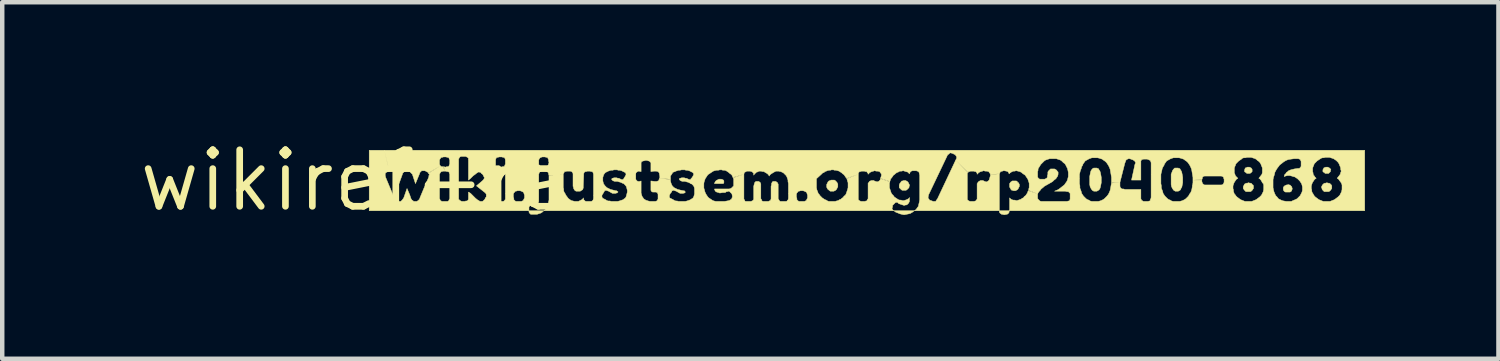
<source format=kicad_pcb>
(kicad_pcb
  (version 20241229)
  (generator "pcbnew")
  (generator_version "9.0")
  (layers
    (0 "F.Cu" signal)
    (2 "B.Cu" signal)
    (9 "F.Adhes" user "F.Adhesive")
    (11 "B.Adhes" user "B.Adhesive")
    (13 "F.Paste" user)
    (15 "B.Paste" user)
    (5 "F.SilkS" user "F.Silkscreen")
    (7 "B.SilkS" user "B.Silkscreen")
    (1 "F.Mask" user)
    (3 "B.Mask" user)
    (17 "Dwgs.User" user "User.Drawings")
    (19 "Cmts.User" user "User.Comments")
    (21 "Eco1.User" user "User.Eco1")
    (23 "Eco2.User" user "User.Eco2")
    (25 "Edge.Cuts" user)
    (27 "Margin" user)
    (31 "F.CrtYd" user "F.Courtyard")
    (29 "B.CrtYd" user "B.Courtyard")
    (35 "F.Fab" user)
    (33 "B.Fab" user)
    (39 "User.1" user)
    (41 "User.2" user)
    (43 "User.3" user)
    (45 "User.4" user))
  (footprint "wikiref-re"
    (layer "F.Cu")
    (at 4.906 1.006)
    (property "Reference" "wikiref-re" (at 0 0 0) (layer "F.SilkS") (effects (font (size 1.27 1.27) (thickness 0.15))))
    (attr board_only exclude_from_pos_files exclude_from_bom)
    (fp_poly (pts (xy 8.26 0.07) (xy 8.28 0.07) (xy 8.29 0.07) (xy 8.3 0.07) (xy 8.3 0.06) (xy 8.31 0.05) (xy 8.31 0.04) (xy 8.31 0.02) (xy 8.31 0.01) (xy 8.3 -0.01) (xy 8.28 -0.02) (xy 8.25 -0.03) (xy 8.22 -0.03) (xy 8.2 -0.03) (xy 8.18 -0.02) (xy 8.16 -0.01) (xy 8.14 0) (xy 8.12 0.02) (xy 8.11 0.04) (xy 8.1 0.06) (xy 8.1 0.07) (xy 8.26 0.07)) (stroke (width 0.01) (type solid)) (fill yes) (layer "F.SilkS"))
    (fp_poly (pts (xy 20.18 -0.25) (xy 20.16 -0.28) (xy 20.14 -0.29) (xy 20.12 -0.3) (xy 20.1 -0.3) (xy 20.07 -0.3) (xy 20.06 -0.29) (xy 20.04 -0.29) (xy 20.03 -0.28) (xy 20.02 -0.27) (xy 20.02 -0.26) (xy 20.01 -0.24) (xy 20.01 -0.23) (xy 20.01 -0.22) (xy 20.01 -0.2) (xy 20.02 -0.19) (xy 20.04 -0.18) (xy 20.05 -0.17) (xy 20.06 -0.16) (xy 20.08 -0.16) (xy 20.1 -0.16) (xy 20.12 -0.16) (xy 20.13 -0.16) (xy 20.15 -0.17) (xy 20.16 -0.18) (xy 20.17 -0.19) (xy 20.18 -0.2) (xy 20.18 -0.22) (xy 20.18 -0.25)) (stroke (width 0.01) (type solid)) (fill yes) (layer "F.SilkS"))
    (fp_poly (pts (xy 21.95 -0.25) (xy 21.92 -0.28) (xy 21.9 -0.29) (xy 21.88 -0.3) (xy 21.87 -0.3) (xy 21.83 -0.3) (xy 21.82 -0.29) (xy 21.8 -0.29) (xy 21.79 -0.28) (xy 21.79 -0.27) (xy 21.78 -0.26) (xy 21.77 -0.24) (xy 21.77 -0.23) (xy 21.77 -0.22) (xy 21.77 -0.2) (xy 21.78 -0.19) (xy 21.8 -0.18) (xy 21.81 -0.17) (xy 21.82 -0.16) (xy 21.84 -0.16) (xy 21.86 -0.16) (xy 21.88 -0.16) (xy 21.9 -0.16) (xy 21.91 -0.17) (xy 21.92 -0.18) (xy 21.93 -0.19) (xy 21.94 -0.2) (xy 21.94 -0.22) (xy 21.95 -0.25)) (stroke (width 0.01) (type solid)) (fill yes) (layer "F.SilkS"))
    (fp_poly (pts (xy 20.04 0.25) (xy 20.11 0.25) (xy 20.14 0.25) (xy 20.16 0.24) (xy 20.17 0.23) (xy 20.18 0.22) (xy 20.19 0.21) (xy 20.2 0.19) (xy 20.21 0.18) (xy 20.21 0.16) (xy 20.21 0.14) (xy 20.21 0.12) (xy 20.2 0.1) (xy 20.18 0.09) (xy 20.17 0.07) (xy 20.15 0.06) (xy 20.13 0.06) (xy 20.1 0.05) (xy 20.07 0.06) (xy 20.05 0.06) (xy 20.03 0.07) (xy 20.01 0.08) (xy 20 0.1) (xy 19.99 0.12) (xy 19.98 0.14) (xy 19.98 0.16) (xy 19.98 0.18) (xy 19.99 0.19) (xy 20 0.21) (xy 20.04 0.25)) (stroke (width 0.01) (type solid)) (fill yes) (layer "F.SilkS"))
    (fp_poly (pts (xy 21.8 0.25) (xy 21.87 0.25) (xy 21.9 0.25) (xy 21.92 0.24) (xy 21.93 0.23) (xy 21.94 0.22) (xy 21.95 0.21) (xy 21.96 0.19) (xy 21.97 0.18) (xy 21.97 0.16) (xy 21.97 0.14) (xy 21.97 0.12) (xy 21.96 0.1) (xy 21.95 0.09) (xy 21.93 0.07) (xy 21.91 0.06) (xy 21.89 0.06) (xy 21.86 0.05) (xy 21.83 0.06) (xy 21.81 0.06) (xy 21.79 0.07) (xy 21.78 0.08) (xy 21.76 0.1) (xy 21.75 0.12) (xy 21.74 0.14) (xy 21.74 0.16) (xy 21.75 0.18) (xy 21.75 0.19) (xy 21.76 0.21) (xy 21.8 0.25)) (stroke (width 0.01) (type solid)) (fill yes) (layer "F.SilkS"))
    (fp_poly (pts (xy 10.7 0.24) (xy 10.76 0.24) (xy 10.78 0.24) (xy 10.8 0.23) (xy 10.82 0.22) (xy 10.84 0.2) (xy 10.85 0.18) (xy 10.86 0.16) (xy 10.87 0.14) (xy 10.87 0.11) (xy 10.87 0.08) (xy 10.86 0.06) (xy 10.85 0.04) (xy 10.83 0.02) (xy 10.81 0) (xy 10.79 -0.01) (xy 10.77 -0.01) (xy 10.74 -0.01) (xy 10.72 -0.01) (xy 10.7 0) (xy 10.67 0.01) (xy 10.65 0.03) (xy 10.64 0.05) (xy 10.63 0.07) (xy 10.62 0.09) (xy 10.62 0.12) (xy 10.62 0.15) (xy 10.63 0.17) (xy 10.64 0.19) (xy 10.65 0.2) (xy 10.7 0.24)) (stroke (width 0.01) (type solid)) (fill yes) (layer "F.SilkS"))
    (fp_poly (pts (xy 12.25 0.16) (xy 12.29 0.2) (xy 12.3 0.21) (xy 12.32 0.22) (xy 12.34 0.22) (xy 12.36 0.22) (xy 12.38 0.22) (xy 12.4 0.22) (xy 12.42 0.21) (xy 12.44 0.19) (xy 12.45 0.18) (xy 12.47 0.16) (xy 12.47 0.14) (xy 12.48 0.12) (xy 12.48 0.1) (xy 12.47 0.08) (xy 12.46 0.06) (xy 12.45 0.04) (xy 12.43 0.02) (xy 12.41 0.01) (xy 12.39 0) (xy 12.37 0) (xy 12.35 0) (xy 12.33 0.01) (xy 12.31 0.01) (xy 12.29 0.03) (xy 12.28 0.05) (xy 12.26 0.07) (xy 12.26 0.08) (xy 12.25 0.1) (xy 12.25 0.16)) (stroke (width 0.01) (type solid)) (fill yes) (layer "F.SilkS"))
    (fp_poly (pts (xy 14.73 0.07) (xy 14.73 0.13) (xy 14.73 0.15) (xy 14.74 0.16) (xy 14.75 0.18) (xy 14.76 0.2) (xy 14.78 0.22) (xy 14.8 0.22) (xy 14.82 0.23) (xy 14.84 0.23) (xy 14.86 0.23) (xy 14.88 0.22) (xy 14.9 0.21) (xy 14.92 0.19) (xy 14.93 0.17) (xy 14.94 0.15) (xy 14.95 0.13) (xy 14.95 0.11) (xy 14.95 0.09) (xy 14.94 0.07) (xy 14.93 0.05) (xy 14.91 0.04) (xy 14.9 0.02) (xy 14.88 0.01) (xy 14.86 0.01) (xy 14.84 0.01) (xy 14.81 0.01) (xy 14.79 0.01) (xy 14.78 0.02) (xy 14.76 0.03) (xy 14.73 0.07)) (stroke (width 0.01) (type solid)) (fill yes) (layer "F.SilkS"))
    (fp_poly (pts (xy 20.98 0.26) (xy 21 0.26) (xy 21.02 0.26) (xy 21.03 0.26) (xy 21.05 0.25) (xy 21.06 0.24) (xy 21.07 0.23) (xy 21.07 0.21) (xy 21.08 0.2) (xy 21.08 0.18) (xy 21.08 0.17) (xy 21.07 0.15) (xy 21.07 0.14) (xy 21.05 0.12) (xy 21.04 0.11) (xy 21.03 0.1) (xy 21.01 0.1) (xy 20.99 0.09) (xy 20.97 0.1) (xy 20.95 0.1) (xy 20.93 0.11) (xy 20.91 0.12) (xy 20.9 0.13) (xy 20.89 0.14) (xy 20.88 0.16) (xy 20.88 0.18) (xy 20.88 0.2) (xy 20.89 0.23) (xy 20.9 0.24) (xy 20.91 0.25) (xy 20.93 0.26) (xy 20.95 0.26) (xy 20.98 0.26)) (stroke (width 0.01) (type solid)) (fill yes) (layer "F.SilkS"))
    (fp_poly (pts (xy 16.66 0.24) (xy 16.69 0.24) (xy 16.71 0.23) (xy 16.74 0.21) (xy 16.76 0.18) (xy 16.77 0.15) (xy 16.78 0.1) (xy 16.79 0.05) (xy 16.79 -0.01) (xy 16.79 -0.07) (xy 16.78 -0.13) (xy 16.77 -0.18) (xy 16.76 -0.21) (xy 16.74 -0.24) (xy 16.73 -0.26) (xy 16.72 -0.27) (xy 16.71 -0.27) (xy 16.69 -0.28) (xy 16.68 -0.28) (xy 16.66 -0.28) (xy 16.63 -0.28) (xy 16.62 -0.28) (xy 16.6 -0.27) (xy 16.58 -0.25) (xy 16.56 -0.22) (xy 16.55 -0.19) (xy 16.54 -0.14) (xy 16.53 -0.09) (xy 16.53 -0.03) (xy 16.53 0.03) (xy 16.53 0.09) (xy 16.54 0.14) (xy 16.56 0.18) (xy 16.58 0.21) (xy 16.59 0.22) (xy 16.6 0.23) (xy 16.61 0.23) (xy 16.62 0.24) (xy 16.64 0.24) (xy 16.66 0.24)) (stroke (width 0.01) (type solid)) (fill yes) (layer "F.SilkS"))
    (fp_poly (pts (xy 18.48 0.24) (xy 18.52 0.24) (xy 18.54 0.23) (xy 18.57 0.21) (xy 18.58 0.18) (xy 18.6 0.15) (xy 18.61 0.1) (xy 18.62 0.05) (xy 18.62 -0.01) (xy 18.62 -0.07) (xy 18.61 -0.13) (xy 18.6 -0.18) (xy 18.59 -0.21) (xy 18.57 -0.24) (xy 18.56 -0.26) (xy 18.55 -0.27) (xy 18.53 -0.27) (xy 18.52 -0.28) (xy 18.51 -0.28) (xy 18.49 -0.28) (xy 18.46 -0.28) (xy 18.44 -0.28) (xy 18.43 -0.27) (xy 18.41 -0.25) (xy 18.39 -0.22) (xy 18.38 -0.19) (xy 18.36 -0.14) (xy 18.36 -0.09) (xy 18.36 -0.03) (xy 18.36 0.03) (xy 18.36 0.09) (xy 18.37 0.14) (xy 18.39 0.18) (xy 18.41 0.21) (xy 18.42 0.22) (xy 18.43 0.23) (xy 18.44 0.23) (xy 18.45 0.24) (xy 18.47 0.24) (xy 18.48 0.24)) (stroke (width 0.01) (type solid)) (fill yes) (layer "F.SilkS"))
    (fp_poly (pts (xy 0.68 -0.68) (xy 0.34 -0.68) (xy 0.34 0.68) (xy 22.71 0.68) (xy 22.71 -0.68) (xy 0.68 -0.68) (xy 0.79 -0.22) (xy 0.81 -0.22) (xy 0.84 -0.22) (xy 0.86 -0.22) (xy 0.87 -0.22) (xy 0.89 -0.21) (xy 0.9 -0.19) (xy 0.91 -0.17) (xy 1.01 0.07) (xy 1.09 -0.15) (xy 1.09 -0.16) (xy 1.1 -0.17) (xy 1.11 -0.18) (xy 1.13 -0.2) (xy 1.15 -0.21) (xy 1.16 -0.21) (xy 1.18 -0.22) (xy 1.2 -0.22) (xy 1.21 -0.21) (xy 1.23 -0.21) (xy 1.25 -0.2) (xy 1.27 -0.18) (xy 1.29 -0.16) (xy 1.31 -0.14) (xy 1.36 0.01) (xy 1.38 0.07) (xy 1.47 -0.15) (xy 1.48 -0.18) (xy 1.49 -0.19) (xy 1.5 -0.2) (xy 1.51 -0.21) (xy 1.52 -0.22) (xy 1.54 -0.22) (xy 1.55 -0.22) (xy 1.57 -0.22) (xy 1.59 -0.22) (xy 1.61 -0.21) (xy 1.63 -0.2) (xy 1.65 -0.19) (xy 1.66 -0.18) (xy 1.67 -0.17) (xy 1.94 -0.33) (xy 1.93 -0.34) (xy 1.92 -0.37) (xy 1.92 -0.46) (xy 1.93 -0.48) (xy 1.95 -0.51) (xy 1.96 -0.52) (xy 1.98 -0.52) (xy 2.01 -0.53) (xy 2.04 -0.53) (xy 2.07 -0.53) (xy 2.09 -0.52) (xy 2.11 -0.52) (xy 2.13 -0.51) (xy 2.14 -0.48) (xy 2.15 -0.46) (xy 2.15 -0.37) (xy 2.14 -0.35) (xy 2.13 -0.32) (xy 2.1 -0.31) (xy 2.08 -0.31) (xy 2.05 -0.3) (xy 2.02 -0.31) (xy 2.03 -0.21) (xy 2.06 -0.21) (xy 2.09 -0.2) (xy 2.11 -0.2) (xy 2.13 -0.19) (xy 2.14 -0.18) (xy 2.14 -0.16) (xy 2.15 -0.15) (xy 2.15 -0.13) (xy 2.15 0.41) (xy 2.35 0.4) (xy 2.35 -0.47) (xy 2.35 -0.49) (xy 2.36 -0.5) (xy 2.37 -0.52) (xy 2.38 -0.53) (xy 2.4 -0.54) (xy 2.43 -0.54) (xy 2.47 -0.54) (xy 2.51 -0.54) (xy 2.53 -0.53) (xy 2.55 -0.52) (xy 2.56 -0.51) (xy 2.57 -0.5) (xy 2.57 -0.48) (xy 2.57 -0.46) (xy 2.57 -0.01) (xy 2.61 -0.04) (xy 2.68 -0.11) (xy 2.71 -0.13) (xy 2.76 -0.17) (xy 2.78 -0.18) (xy 2.79 -0.19) (xy 2.81 -0.19) (xy 2.82 -0.19) (xy 2.83 -0.18) (xy 2.85 -0.18) (xy 2.86 -0.16) (xy 2.88 -0.15) (xy 2.9 -0.12) (xy 3.2 -0.33) (xy 3.18 -0.34) (xy 3.18 -0.37) (xy 3.18 -0.46) (xy 3.18 -0.48) (xy 3.2 -0.51) (xy 3.21 -0.52) (xy 3.23 -0.52) (xy 3.26 -0.53) (xy 3.29 -0.53) (xy 3.32 -0.53) (xy 3.35 -0.52) (xy 3.37 -0.52) (xy 3.38 -0.51) (xy 3.4 -0.48) (xy 3.4 -0.46) (xy 3.4 -0.37) (xy 3.39 -0.35) (xy 3.38 -0.32) (xy 3.35 -0.31) (xy 3.33 -0.31) (xy 3.3 -0.3) (xy 3.27 -0.31) (xy 3.28 -0.21) (xy 3.32 -0.21) (xy 3.34 -0.2) (xy 3.36 -0.2) (xy 3.38 -0.19) (xy 3.39 -0.18) (xy 3.4 -0.16) (xy 3.4 -0.15) (xy 3.4 -0.13) (xy 3.4 0.41) (xy 3.59 0.4) (xy 3.58 0.37) (xy 3.58 0.31) (xy 3.58 0.3) (xy 3.59 0.28) (xy 3.6 0.27) (xy 3.61 0.26) (xy 3.62 0.24) (xy 3.64 0.24) (xy 3.67 0.23) (xy 3.7 0.23) (xy 3.73 0.23) (xy 3.76 0.24) (xy 3.78 0.25) (xy 3.8 0.26) (xy 3.81 0.27) (xy 3.82 0.3) (xy 3.83 0.33) (xy 3.83 0.36) (xy 3.83 0.39) (xy 3.82 0.41) (xy 3.81 0.43) (xy 3.8 0.45) (xy 3.95 0.57) (xy 3.96 0.56) (xy 3.97 0.55) (xy 3.98 0.55) (xy 4.01 0.54) (xy 4.04 0.54) (xy 4.06 0.54) (xy 4.09 0.53) (xy 4.1 0.52) (xy 4.12 0.51) (xy 4.13 0.5) (xy 4.14 0.49) (xy 4.15 0.47) (xy 4.15 0.43) (xy 4.15 -0.11) (xy 4.15 -0.14) (xy 4.16 -0.17) (xy 4.17 -0.19) (xy 4.19 -0.2) (xy 4.22 -0.22) (xy 4.29 -0.22) (xy 4.3 -0.3) (xy 4.24 -0.31) (xy 4.21 -0.31) (xy 4.19 -0.32) (xy 4.18 -0.32) (xy 4.17 -0.33) (xy 4.16 -0.35) (xy 4.15 -0.36) (xy 4.15 -0.37) (xy 4.15 -0.47) (xy 4.16 -0.48) (xy 4.17 -0.5) (xy 4.18 -0.51) (xy 4.2 -0.52) (xy 4.23 -0.53) (xy 4.26 -0.53) (xy 4.29 -0.53) (xy 4.32 -0.52) (xy 4.34 -0.52) (xy 4.35 -0.51) (xy 4.36 -0.49) (xy 4.37 -0.47) (xy 4.37 -0.45) (xy 4.38 -0.4) (xy 4.37 -0.37) (xy 4.36 -0.34) (xy 4.35 -0.32) (xy 4.33 -0.31) (xy 4.3 -0.3) (xy 4.29 -0.22) (xy 4.31 -0.21) (xy 4.33 -0.21) (xy 4.34 -0.2) (xy 4.36 -0.18) (xy 4.37 -0.16) (xy 4.37 -0.15) (xy 4.38 -0.11) (xy 4.7 -0.14) (xy 4.7 -0.15) (xy 4.71 -0.16) (xy 4.72 -0.18) (xy 4.73 -0.2) (xy 4.75 -0.2) (xy 4.78 -0.21) (xy 4.83 -0.21) (xy 4.86 -0.21) (xy 4.89 -0.2) (xy 4.9 -0.19) (xy 4.91 -0.18) (xy 4.91 -0.17) (xy 4.92 -0.16) (xy 4.92 -0.13) (xy 4.92 0.13) (xy 4.93 0.15) (xy 4.93 0.17) (xy 4.94 0.19) (xy 4.95 0.21) (xy 4.96 0.22) (xy 4.97 0.23) (xy 4.99 0.24) (xy 5.01 0.24) (xy 5.03 0.24) (xy 5.05 0.24) (xy 5.07 0.24) (xy 5.08 0.24) (xy 5.1 0.23) (xy 5.11 0.22) (xy 5.13 0.21) (xy 5.14 0.2) (xy 5.14 0.19) (xy 5.15 0.17) (xy 5.15 0.15) (xy 5.15 0.13) (xy 5.16 -0.12) (xy 5.16 -0.15) (xy 5.17 -0.18) (xy 5.18 -0.19) (xy 5.2 -0.2) (xy 5.22 -0.2) (xy 5.24 -0.21) (xy 5.27 -0.21) (xy 5.3 -0.21) (xy 5.33 -0.2) (xy 5.35 -0.2) (xy 5.36 -0.19) (xy 5.37 -0.18) (xy 5.38 -0.14) (xy 5.38 -0.11) (xy 5.38 0.37) (xy 5.57 0.35) (xy 5.57 0.33) (xy 5.59 0.3) (xy 5.62 0.25) (xy 5.63 0.23) (xy 5.64 0.23) (xy 5.65 0.22) (xy 5.66 0.22) (xy 5.69 0.23) (xy 5.72 0.24) (xy 5.79 0.28) (xy 5.81 0.29) (xy 5.83 0.29) (xy 5.87 0.29) (xy 5.9 0.28) (xy 5.91 0.28) (xy 5.92 0.27) (xy 5.93 0.26) (xy 5.93 0.25) (xy 5.92 0.25) (xy 5.91 0.24) (xy 5.9 0.23) (xy 5.88 0.23) (xy 5.84 0.22) (xy 5.8 0.21) (xy 5.76 0.2) (xy 5.72 0.18) (xy 5.68 0.16) (xy 5.66 0.14) (xy 5.64 0.12) (xy 5.61 0.08) (xy 5.6 0.05) (xy 5.59 0.01) (xy 5.59 -0.03) (xy 5.59 -0.07) (xy 5.6 -0.1) (xy 5.61 -0.13) (xy 5.63 -0.16) (xy 5.65 -0.18) (xy 5.67 -0.19) (xy 5.69 -0.2) (xy 5.71 -0.21) (xy 5.74 -0.22) (xy 5.77 -0.23) (xy 5.81 -0.23) (xy 5.84 -0.24) (xy 5.91 -0.24) (xy 5.94 -0.23) (xy 5.97 -0.23) (xy 6.01 -0.22) (xy 6.05 -0.2) (xy 6.07 -0.19) (xy 6.09 -0.18) (xy 6.1 -0.17) (xy 6.11 -0.15) (xy 6.11 -0.13) (xy 6.33 -0.14) (xy 6.33 -0.16) (xy 6.34 -0.18) (xy 6.37 -0.2) (xy 6.39 -0.21) (xy 6.4 -0.21) (xy 6.45 -0.2) (xy 6.45 -0.38) (xy 6.45 -0.4) (xy 6.46 -0.42) (xy 6.47 -0.43) (xy 6.48 -0.43) (xy 6.49 -0.44) (xy 6.51 -0.44) (xy 6.54 -0.45) (xy 6.57 -0.45) (xy 6.59 -0.45) (xy 6.61 -0.44) (xy 6.63 -0.44) (xy 6.64 -0.43) (xy 6.65 -0.42) (xy 6.66 -0.41) (xy 6.67 -0.4) (xy 6.67 -0.38) (xy 6.67 -0.34) (xy 6.67 -0.2) (xy 6.74 -0.21) (xy 6.79 -0.21) (xy 6.83 -0.2) (xy 6.84 -0.19) (xy 6.85 -0.18) (xy 6.86 -0.16) (xy 6.86 -0.15) (xy 6.87 -0.1) (xy 6.87 -0.05) (xy 7.11 -0.03) (xy 7.11 -0.07) (xy 7.11 -0.1) (xy 7.13 -0.13) (xy 7.15 -0.16) (xy 7.16 -0.18) (xy 7.18 -0.19) (xy 7.21 -0.2) (xy 7.23 -0.21) (xy 7.26 -0.22) (xy 7.29 -0.23) (xy 7.32 -0.23) (xy 7.36 -0.24) (xy 7.43 -0.24) (xy 7.46 -0.23) (xy 7.49 -0.23) (xy 7.53 -0.22) (xy 7.57 -0.2) (xy 7.59 -0.19) (xy 7.61 -0.18) (xy 7.62 -0.17) (xy 7.63 -0.15) (xy 7.63 -0.13) (xy 7.62 -0.11) (xy 7.61 -0.09) (xy 7.59 -0.06) (xy 7.57 -0.04) (xy 7.56 -0.02) (xy 7.54 -0.02) (xy 7.53 -0.02) (xy 7.51 -0.03) (xy 7.47 -0.05) (xy 7.45 -0.05) (xy 7.42 -0.06) (xy 7.39 -0.06) (xy 7.36 -0.06) (xy 7.33 -0.05) (xy 7.32 -0.05) (xy 7.31 -0.04) (xy 7.31 -0.03) (xy 7.31 -0.02) (xy 7.32 -0.01) (xy 7.33 0) (xy 7.35 0.01) (xy 7.38 0.02) (xy 7.44 0.02) (xy 7.47 0.03) (xy 7.51 0.04) (xy 7.55 0.06) (xy 7.57 0.07) (xy 7.59 0.08) (xy 7.61 0.1) (xy 7.62 0.11) (xy 7.64 0.14) (xy 7.65 0.18) (xy 7.65 0.22) (xy 7.86 0.17) (xy 7.86 0.13) (xy 7.86 0.09) (xy 7.86 0.06) (xy 7.87 0.02) (xy 7.88 -0.01) (xy 7.89 -0.04) (xy 7.91 -0.07) (xy 7.93 -0.1) (xy 7.95 -0.13) (xy 7.98 -0.15) (xy 8.01 -0.17) (xy 8.04 -0.19) (xy 8.07 -0.21) (xy 8.1 -0.22) (xy 8.14 -0.23) (xy 8.18 -0.23) (xy 8.22 -0.24) (xy 8.26 -0.24) (xy 8.29 -0.23) (xy 8.33 -0.23) (xy 8.36 -0.22) (xy 8.39 -0.2) (xy 8.42 -0.18) (xy 8.44 -0.16) (xy 8.47 -0.14) (xy 8.49 -0.12) (xy 8.5 -0.1) (xy 8.51 -0.07) (xy 8.76 -0.14) (xy 8.76 -0.15) (xy 8.77 -0.17) (xy 8.78 -0.19) (xy 8.79 -0.19) (xy 8.81 -0.2) (xy 8.82 -0.21) (xy 8.85 -0.21) (xy 8.88 -0.21) (xy 8.91 -0.21) (xy 8.92 -0.2) (xy 8.94 -0.2) (xy 8.95 -0.19) (xy 8.96 -0.18) (xy 8.97 -0.17) (xy 8.98 -0.16) (xy 8.98 -0.14) (xy 8.98 -0.12) (xy 9.01 -0.16) (xy 9.03 -0.17) (xy 9.04 -0.19) (xy 9.06 -0.19) (xy 9.08 -0.2) (xy 9.1 -0.21) (xy 9.11 -0.21) (xy 9.15 -0.21) (xy 9.18 -0.2) (xy 9.21 -0.2) (xy 9.24 -0.18) (xy 9.26 -0.17) (xy 9.29 -0.15) (xy 9.31 -0.13) (xy 9.33 -0.1) (xy 9.34 -0.12) (xy 9.36 -0.14) (xy 9.39 -0.16) (xy 9.44 -0.19) (xy 9.46 -0.2) (xy 9.48 -0.21) (xy 9.5 -0.21) (xy 9.52 -0.21) (xy 9.55 -0.21) (xy 9.57 -0.2) (xy 9.59 -0.2) (xy 9.61 -0.19) (xy 9.63 -0.18) (xy 9.65 -0.17) (xy 9.67 -0.15) (xy 9.69 -0.13) (xy 9.71 -0.11) (xy 9.72 -0.09) (xy 9.73 -0.07) (xy 9.74 -0.04) (xy 9.75 -0.01) (xy 9.75 0.02) (xy 9.76 0.07) (xy 9.76 0.11) (xy 9.76 0.37) (xy 9.94 0.37) (xy 9.94 0.31) (xy 9.94 0.3) (xy 9.95 0.28) (xy 9.96 0.27) (xy 9.97 0.26) (xy 9.98 0.24) (xy 10 0.24) (xy 10.03 0.23) (xy 10.06 0.23) (xy 10.09 0.23) (xy 10.12 0.24) (xy 10.14 0.25) (xy 10.16 0.26) (xy 10.17 0.27) (xy 10.18 0.3) (xy 10.4 0.21) (xy 10.39 0.16) (xy 10.39 0.12) (xy 10.39 -0.04) (xy 10.5 -0.14) (xy 10.53 -0.17) (xy 10.56 -0.18) (xy 10.58 -0.2) (xy 10.61 -0.21) (xy 10.63 -0.22) (xy 10.67 -0.23) (xy 10.7 -0.23) (xy 10.73 -0.24) (xy 10.77 -0.24) (xy 10.8 -0.23) (xy 10.83 -0.23) (xy 10.87 -0.22) (xy 10.9 -0.21) (xy 10.93 -0.19) (xy 10.96 -0.17) (xy 10.98 -0.15) (xy 11.01 -0.13) (xy 11.03 -0.1) (xy 11.05 -0.07) (xy 11.07 -0.05) (xy 11.33 -0.14) (xy 11.33 -0.16) (xy 11.34 -0.18) (xy 11.35 -0.19) (xy 11.36 -0.2) (xy 11.38 -0.2) (xy 11.4 -0.21) (xy 11.45 -0.21) (xy 11.47 -0.21) (xy 11.49 -0.2) (xy 11.52 -0.2) (xy 11.53 -0.18) (xy 11.55 -0.16) (xy 11.55 -0.14) (xy 11.57 -0.16) (xy 11.59 -0.18) (xy 11.63 -0.2) (xy 11.67 -0.21) (xy 11.69 -0.22) (xy 11.74 -0.21) (xy 11.77 -0.21) (xy 11.81 -0.2) (xy 11.83 -0.17) (xy 11.84 -0.16) (xy 11.85 -0.14) (xy 11.85 -0.11) (xy 11.84 -0.08) (xy 11.83 -0.05) (xy 12.04 0.02) (xy 12.05 -0.01) (xy 12.06 -0.04) (xy 12.08 -0.06) (xy 12.1 -0.09) (xy 12.12 -0.12) (xy 12.15 -0.14) (xy 12.17 -0.16) (xy 12.2 -0.18) (xy 12.23 -0.19) (xy 12.26 -0.21) (xy 12.3 -0.21) (xy 12.34 -0.22) (xy 12.37 -0.21) (xy 12.4 -0.2) (xy 12.44 -0.19) (xy 12.46 -0.17) (xy 12.48 -0.15) (xy 12.49 -0.18) (xy 12.51 -0.2) (xy 12.52 -0.21) (xy 12.55 -0.22) (xy 12.57 -0.22) (xy 12.59 -0.22) (xy 12.62 -0.22) (xy 12.64 -0.22) (xy 12.65 -0.21) (xy 12.67 -0.21) (xy 12.68 -0.2) (xy 12.69 -0.19) (xy 12.7 -0.17) (xy 12.7 -0.16) (xy 12.71 -0.12) (xy 12.71 0.43) (xy 12.9 0.39) (xy 12.9 0.37) (xy 12.91 0.32) (xy 13.33 -0.56) (xy 13.34 -0.58) (xy 13.36 -0.59) (xy 13.37 -0.6) (xy 13.38 -0.61) (xy 13.39 -0.62) (xy 13.41 -0.62) (xy 13.44 -0.61) (xy 13.47 -0.6) (xy 13.48 -0.59) (xy 13.51 -0.58) (xy 13.52 -0.56) (xy 13.53 -0.55) (xy 13.54 -0.53) (xy 13.54 -0.52) (xy 13.54 -0.5) (xy 13.52 -0.46) (xy 13.8 -0.18) (xy 13.8 -0.19) (xy 13.81 -0.2) (xy 13.83 -0.2) (xy 13.85 -0.21) (xy 13.9 -0.21) (xy 13.93 -0.21) (xy 13.95 -0.2) (xy 13.97 -0.2) (xy 13.99 -0.18) (xy 14 -0.16) (xy 14 -0.14) (xy 14.02 -0.16) (xy 14.04 -0.18) (xy 14.08 -0.2) (xy 14.12 -0.21) (xy 14.14 -0.22) (xy 14.19 -0.21) (xy 14.22 -0.21) (xy 14.26 -0.2) (xy 14.28 -0.17) (xy 14.29 -0.16) (xy 14.3 -0.14) (xy 14.5 -0.15) (xy 14.51 -0.17) (xy 14.52 -0.19) (xy 14.53 -0.2) (xy 14.54 -0.2) (xy 14.55 -0.21) (xy 14.57 -0.21) (xy 14.59 -0.22) (xy 14.61 -0.22) (xy 14.66 -0.21) (xy 14.69 -0.2) (xy 14.7 -0.19) (xy 14.71 -0.17) (xy 14.72 -0.15) (xy 14.74 -0.17) (xy 14.77 -0.19) (xy 14.81 -0.21) (xy 14.84 -0.21) (xy 14.88 -0.22) (xy 14.92 -0.21) (xy 14.96 -0.2) (xy 15 -0.18) (xy 15.02 -0.16) (xy 15.05 -0.14) (xy 15.08 -0.12) (xy 15.1 -0.09) (xy 15.12 -0.06) (xy 15.14 -0.03) (xy 15.15 0) (xy 15.16 0.03) (xy 15.17 0.06) (xy 15.17 0.09) (xy 15.17 0.13) (xy 15.17 0.16) (xy 15.16 0.19) (xy 15.16 0.22) (xy 15.36 0.3) (xy 15.37 0.28) (xy 15.39 0.25) (xy 15.41 0.23) (xy 15.44 0.19) (xy 15.49 0.15) (xy 15.51 0.13) (xy 15.67 0.04) (xy 15.7 0.02) (xy 15.73 -0.01) (xy 15.77 -0.04) (xy 15.79 -0.07) (xy 15.81 -0.1) (xy 15.82 -0.14) (xy 15.82 -0.16) (xy 15.82 -0.19) (xy 15.8 -0.21) (xy 15.79 -0.23) (xy 15.76 -0.25) (xy 15.74 -0.26) (xy 15.71 -0.26) (xy 15.68 -0.26) (xy 15.65 -0.26) (xy 15.63 -0.24) (xy 15.62 -0.23) (xy 15.6 -0.21) (xy 15.59 -0.19) (xy 15.59 -0.17) (xy 15.59 -0.14) (xy 15.58 -0.11) (xy 15.58 -0.08) (xy 15.57 -0.06) (xy 15.56 -0.05) (xy 15.54 -0.04) (xy 15.52 -0.03) (xy 15.49 -0.03) (xy 15.46 -0.03) (xy 15.43 -0.03) (xy 15.41 -0.03) (xy 15.39 -0.04) (xy 15.38 -0.05) (xy 15.37 -0.06) (xy 15.36 -0.08) (xy 15.36 -0.11) (xy 15.36 -0.14) (xy 15.36 -0.17) (xy 15.36 -0.2) (xy 15.37 -0.23) (xy 15.37 -0.26) (xy 15.38 -0.28) (xy 15.4 -0.31) (xy 15.43 -0.36) (xy 15.47 -0.4) (xy 15.49 -0.42) (xy 15.51 -0.44) (xy 15.54 -0.46) (xy 15.57 -0.47) (xy 15.6 -0.48) (xy 15.63 -0.49) (xy 15.67 -0.49) (xy 15.71 -0.49) (xy 15.74 -0.49) (xy 15.78 -0.49) (xy 15.81 -0.48) (xy 15.84 -0.47) (xy 15.87 -0.46) (xy 15.9 -0.44) (xy 15.92 -0.42) (xy 15.94 -0.4) (xy 15.97 -0.38) (xy 15.99 -0.35) (xy 16.01 -0.31) (xy 16.03 -0.27) (xy 16.04 -0.23) (xy 16.05 -0.18) (xy 16.05 -0.14) (xy 16.05 -0.09) (xy 16.3 -0.09) (xy 16.3 -0.14) (xy 16.31 -0.18) (xy 16.32 -0.22) (xy 16.34 -0.27) (xy 16.35 -0.31) (xy 16.37 -0.34) (xy 16.38 -0.37) (xy 16.43 -0.44) (xy 16.52 -0.49) (xy 16.55 -0.5) (xy 16.58 -0.51) (xy 16.62 -0.51) (xy 16.67 -0.51) (xy 16.71 -0.51) (xy 16.75 -0.5) (xy 16.78 -0.49) (xy 16.81 -0.48) (xy 16.85 -0.45) (xy 16.88 -0.43) (xy 16.91 -0.4) (xy 16.93 -0.37) (xy 16.95 -0.34) (xy 16.97 -0.3) (xy 16.99 -0.25) (xy 17 -0.19) (xy 17.01 -0.13) (xy 17.02 -0.07) (xy 17.02 -0.01) (xy 17.02 0.05) (xy 17.21 0.04) (xy 17.32 -0.39) (xy 17.34 -0.44) (xy 17.34 -0.45) (xy 17.36 -0.47) (xy 17.38 -0.48) (xy 17.4 -0.49) (xy 17.43 -0.49) (xy 17.51 -0.46) (xy 17.52 -0.45) (xy 17.54 -0.44) (xy 17.55 -0.42) (xy 17.56 -0.41) (xy 17.56 -0.39) (xy 17.55 -0.37) (xy 17.54 -0.34) (xy 17.54 -0.33) (xy 17.47 -0.01) (xy 17.68 -0.01) (xy 17.68 -0.41) (xy 17.68 -0.44) (xy 17.7 -0.47) (xy 17.74 -0.48) (xy 17.77 -0.48) (xy 17.82 -0.48) (xy 17.85 -0.47) (xy 17.87 -0.46) (xy 17.89 -0.45) (xy 17.9 -0.43) (xy 17.91 -0.4) (xy 17.91 -0.37) (xy 18.16 -0.27) (xy 18.18 -0.31) (xy 18.2 -0.34) (xy 18.21 -0.37) (xy 18.26 -0.44) (xy 18.35 -0.49) (xy 18.38 -0.5) (xy 18.41 -0.51) (xy 18.45 -0.51) (xy 18.5 -0.51) (xy 18.54 -0.51) (xy 18.58 -0.5) (xy 18.61 -0.49) (xy 18.64 -0.48) (xy 18.68 -0.45) (xy 18.71 -0.43) (xy 18.74 -0.4) (xy 18.76 -0.37) (xy 18.78 -0.34) (xy 18.8 -0.3) (xy 18.82 -0.25) (xy 18.83 -0.19) (xy 18.84 -0.13) (xy 18.85 -0.07) (xy 18.85 -0.01) (xy 19.05 -0.02) (xy 19.06 -0.04) (xy 19.06 -0.06) (xy 19.07 -0.08) (xy 19.08 -0.09) (xy 19.11 -0.1) (xy 19.13 -0.1) (xy 19.46 -0.1) (xy 19.49 -0.1) (xy 19.51 -0.09) (xy 19.52 -0.09) (xy 19.53 -0.08) (xy 19.54 -0.07) (xy 19.54 -0.05) (xy 19.55 -0.03) (xy 19.55 0.01) (xy 19.55 0.04) (xy 19.54 0.06) (xy 19.75 0.12) (xy 19.76 0.09) (xy 19.77 0.06) (xy 19.78 0.04) (xy 19.8 0.01) (xy 19.82 -0.02) (xy 19.83 -0.03) (xy 19.86 -0.05) (xy 19.83 -0.08) (xy 19.81 -0.1) (xy 19.8 -0.12) (xy 19.79 -0.15) (xy 19.78 -0.17) (xy 19.78 -0.2) (xy 19.78 -0.22) (xy 19.78 -0.25) (xy 19.78 -0.28) (xy 19.79 -0.31) (xy 19.8 -0.33) (xy 19.81 -0.36) (xy 19.82 -0.38) (xy 19.84 -0.4) (xy 19.86 -0.42) (xy 19.88 -0.44) (xy 19.91 -0.46) (xy 19.94 -0.48) (xy 19.96 -0.5) (xy 19.99 -0.51) (xy 20.03 -0.51) (xy 20.06 -0.52) (xy 20.09 -0.52) (xy 20.13 -0.52) (xy 20.16 -0.52) (xy 20.19 -0.51) (xy 20.22 -0.5) (xy 20.25 -0.49) (xy 20.28 -0.47) (xy 20.3 -0.45) (xy 20.33 -0.43) (xy 20.35 -0.41) (xy 20.37 -0.38) (xy 20.38 -0.36) (xy 20.39 -0.33) (xy 20.4 -0.31) (xy 20.41 -0.28) (xy 20.41 -0.25) (xy 20.41 -0.22) (xy 20.41 -0.2) (xy 20.41 -0.18) (xy 20.4 -0.14) (xy 20.37 -0.1) (xy 20.33 -0.05) (xy 20.35 -0.04) (xy 20.37 -0.02) (xy 20.39 0.01) (xy 20.41 0.05) (xy 20.43 0.07) (xy 20.44 0.1) (xy 20.44 0.12) (xy 20.65 0.1) (xy 20.65 0.04) (xy 20.65 -0.02) (xy 20.66 -0.07) (xy 20.68 -0.13) (xy 20.69 -0.18) (xy 20.71 -0.22) (xy 20.74 -0.27) (xy 20.77 -0.31) (xy 20.8 -0.35) (xy 20.84 -0.38) (xy 20.89 -0.42) (xy 20.94 -0.45) (xy 20.99 -0.47) (xy 21.05 -0.48) (xy 21.12 -0.49) (xy 21.17 -0.49) (xy 21.2 -0.49) (xy 21.22 -0.49) (xy 21.24 -0.48) (xy 21.25 -0.48) (xy 21.26 -0.47) (xy 21.27 -0.45) (xy 21.28 -0.43) (xy 21.28 -0.41) (xy 21.28 -0.37) (xy 21.28 -0.35) (xy 21.28 -0.32) (xy 21.27 -0.3) (xy 21.26 -0.29) (xy 21.24 -0.27) (xy 21.22 -0.27) (xy 21.2 -0.27) (xy 21.13 -0.26) (xy 21.09 -0.25) (xy 21.05 -0.24) (xy 21 -0.22) (xy 20.98 -0.2) (xy 20.95 -0.18) (xy 20.94 -0.16) (xy 20.91 -0.13) (xy 20.9 -0.09) (xy 20.93 -0.1) (xy 20.97 -0.11) (xy 21 -0.11) (xy 21.03 -0.11) (xy 21.07 -0.1) (xy 21.1 -0.09) (xy 21.14 -0.08) (xy 21.17 -0.06) (xy 21.2 -0.04) (xy 21.23 -0.01) (xy 21.25 0.01) (xy 21.27 0.04) (xy 21.29 0.07) (xy 21.3 0.1) (xy 21.31 0.14) (xy 21.31 0.17) (xy 21.51 0.18) (xy 21.51 0.14) (xy 21.51 0.12) (xy 21.52 0.09) (xy 21.53 0.06) (xy 21.54 0.04) (xy 21.56 0.01) (xy 21.58 -0.02) (xy 21.59 -0.03) (xy 21.62 -0.05) (xy 21.59 -0.08) (xy 21.58 -0.1) (xy 21.56 -0.12) (xy 21.55 -0.15) (xy 21.55 -0.17) (xy 21.54 -0.2) (xy 21.54 -0.22) (xy 21.54 -0.25) (xy 21.54 -0.28) (xy 21.55 -0.31) (xy 21.56 -0.33) (xy 21.57 -0.36) (xy 21.58 -0.38) (xy 21.6 -0.4) (xy 21.62 -0.42) (xy 21.64 -0.44) (xy 21.67 -0.46) (xy 21.7 -0.48) (xy 21.73 -0.5) (xy 21.76 -0.51) (xy 21.79 -0.51) (xy 21.82 -0.52) (xy 21.85 -0.52) (xy 21.89 -0.52) (xy 21.92 -0.52) (xy 21.95 -0.51) (xy 21.98 -0.5) (xy 22.01 -0.49) (xy 22.04 -0.47) (xy 22.07 -0.45) (xy 22.09 -0.43) (xy 22.11 -0.41) (xy 22.13 -0.38) (xy 22.14 -0.36) (xy 22.15 -0.33) (xy 22.16 -0.31) (xy 22.17 -0.28) (xy 22.17 -0.25) (xy 22.18 -0.22) (xy 22.18 -0.2) (xy 22.17 -0.18) (xy 22.16 -0.14) (xy 22.13 -0.1) (xy 22.09 -0.05) (xy 22.11 -0.04) (xy 22.13 -0.02) (xy 22.15 0.01) (xy 22.18 0.05) (xy 22.19 0.07) (xy 22.2 0.1) (xy 22.2 0.12) (xy 22.2 0.15) (xy 22.2 0.2) (xy 22.19 0.25) (xy 22.17 0.29) (xy 22.15 0.33) (xy 22.11 0.37) (xy 22.07 0.4) (xy 22.03 0.43) (xy 21.98 0.45) (xy 21.93 0.47) (xy 21.88 0.47) (xy 21.83 0.47) (xy 21.78 0.47) (xy 21.73 0.45) (xy 21.68 0.43) (xy 21.64 0.4) (xy 21.6 0.37) (xy 21.58 0.35) (xy 21.56 0.32) (xy 21.55 0.3) (xy 21.53 0.27) (xy 21.52 0.24) (xy 21.52 0.21) (xy 21.51 0.18) (xy 21.31 0.17) (xy 21.31 0.22) (xy 21.3 0.26) (xy 21.28 0.3) (xy 21.26 0.34) (xy 21.22 0.38) (xy 21.19 0.41) (xy 21.15 0.43) (xy 21.1 0.45) (xy 21.06 0.47) (xy 21 0.47) (xy 20.95 0.47) (xy 20.89 0.46) (xy 20.85 0.45) (xy 20.81 0.43) (xy 20.77 0.41) (xy 20.74 0.37) (xy 20.71 0.34) (xy 20.69 0.3) (xy 20.67 0.25) (xy 20.66 0.21) (xy 20.65 0.16) (xy 20.65 0.1) (xy 20.44 0.12) (xy 20.44 0.15) (xy 20.44 0.2) (xy 20.43 0.25) (xy 20.41 0.29) (xy 20.39 0.33) (xy 20.35 0.37) (xy 20.31 0.4) (xy 20.27 0.43) (xy 20.22 0.45) (xy 20.17 0.47) (xy 20.12 0.47) (xy 20.07 0.47) (xy 20.02 0.47) (xy 19.97 0.45) (xy 19.92 0.43) (xy 19.88 0.4) (xy 19.84 0.37) (xy 19.82 0.35) (xy 19.8 0.32) (xy 19.78 0.3) (xy 19.77 0.27) (xy 19.76 0.24) (xy 19.76 0.21) (xy 19.75 0.18) (xy 19.75 0.14) (xy 19.75 0.12) (xy 19.54 0.06) (xy 19.53 0.08) (xy 19.52 0.09) (xy 19.49 0.1) (xy 19.45 0.1) (xy 19.14 0.1) (xy 19.11 0.1) (xy 19.09 0.09) (xy 19.08 0.08) (xy 19.07 0.07) (xy 19.06 0.06) (xy 19.06 0.05) (xy 19.05 0.02) (xy 19.05 -0.01) (xy 18.85 -0.01) (xy 18.85 0.05) (xy 18.84 0.11) (xy 18.83 0.17) (xy 18.82 0.22) (xy 18.8 0.27) (xy 18.77 0.31) (xy 18.75 0.35) (xy 18.72 0.38) (xy 18.69 0.41) (xy 18.66 0.43) (xy 18.62 0.45) (xy 18.59 0.46) (xy 18.55 0.47) (xy 18.52 0.47) (xy 18.48 0.47) (xy 18.44 0.47) (xy 18.41 0.47) (xy 18.37 0.46) (xy 18.34 0.44) (xy 18.31 0.43) (xy 18.28 0.41) (xy 18.26 0.39) (xy 18.24 0.37) (xy 18.22 0.35) (xy 18.2 0.32) (xy 18.18 0.29) (xy 18.17 0.25) (xy 18.16 0.22) (xy 18.14 0.17) (xy 18.14 0.12) (xy 18.13 0.07) (xy 18.13 0.02) (xy 18.13 -0.04) (xy 18.13 -0.09) (xy 18.13 -0.14) (xy 18.14 -0.18) (xy 18.15 -0.22) (xy 18.16 -0.27) (xy 17.91 -0.37) (xy 17.91 0.38) (xy 17.9 0.42) (xy 17.89 0.43) (xy 17.89 0.45) (xy 17.88 0.46) (xy 17.87 0.46) (xy 17.84 0.47) (xy 17.81 0.47) (xy 17.78 0.47) (xy 17.76 0.47) (xy 17.74 0.47) (xy 17.72 0.46) (xy 17.71 0.45) (xy 17.7 0.45) (xy 17.69 0.43) (xy 17.68 0.41) (xy 17.68 0.38) (xy 17.68 0.2) (xy 17.32 0.2) (xy 17.29 0.19) (xy 17.26 0.19) (xy 17.24 0.18) (xy 17.23 0.17) (xy 17.22 0.16) (xy 17.21 0.13) (xy 17.21 0.1) (xy 17.21 0.04) (xy 17.02 0.06) (xy 17.01 0.11) (xy 17 0.17) (xy 16.99 0.22) (xy 16.97 0.27) (xy 16.95 0.31) (xy 16.92 0.35) (xy 16.89 0.38) (xy 16.86 0.41) (xy 16.83 0.43) (xy 16.79 0.45) (xy 16.76 0.46) (xy 16.72 0.47) (xy 16.69 0.47) (xy 16.65 0.47) (xy 16.61 0.47) (xy 16.58 0.47) (xy 16.54 0.46) (xy 16.51 0.44) (xy 16.48 0.43) (xy 16.45 0.41) (xy 16.43 0.39) (xy 16.41 0.37) (xy 16.39 0.35) (xy 16.37 0.32) (xy 16.35 0.29) (xy 16.34 0.25) (xy 16.33 0.22) (xy 16.31 0.17) (xy 16.31 0.12) (xy 16.3 0.07) (xy 16.3 0.02) (xy 16.3 -0.04) (xy 16.3 -0.09) (xy 16.05 -0.09) (xy 16.04 -0.05) (xy 16.03 -0.01) (xy 16.01 0.03) (xy 15.98 0.07) (xy 15.96 0.1) (xy 15.92 0.13) (xy 15.87 0.17) (xy 15.83 0.2) (xy 15.79 0.22) (xy 15.74 0.24) (xy 15.98 0.24) (xy 16.02 0.25) (xy 16.05 0.25) (xy 16.06 0.26) (xy 16.07 0.27) (xy 16.08 0.28) (xy 16.09 0.29) (xy 16.09 0.32) (xy 16.09 0.35) (xy 16.09 0.39) (xy 16.09 0.42) (xy 16.08 0.44) (xy 16.08 0.45) (xy 16.07 0.46) (xy 16.05 0.46) (xy 16.02 0.47) (xy 15.98 0.47) (xy 15.46 0.47) (xy 15.44 0.47) (xy 15.41 0.46) (xy 15.39 0.44) (xy 15.37 0.42) (xy 15.36 0.4) (xy 15.36 0.38) (xy 15.36 0.36) (xy 15.36 0.33) (xy 15.36 0.3) (xy 15.15 0.23) (xy 15.14 0.25) (xy 15.13 0.28) (xy 15.11 0.31) (xy 15.09 0.34) (xy 15.06 0.36) (xy 15.04 0.39) (xy 15.01 0.4) (xy 14.99 0.42) (xy 14.96 0.43) (xy 14.93 0.44) (xy 14.9 0.45) (xy 14.88 0.45) (xy 14.84 0.44) (xy 14.81 0.44) (xy 14.78 0.43) (xy 14.76 0.42) (xy 14.74 0.4) (xy 14.73 0.39) (xy 14.73 0.65) (xy 14.72 0.69) (xy 14.72 0.71) (xy 14.71 0.73) (xy 14.7 0.74) (xy 14.69 0.75) (xy 14.67 0.76) (xy 14.66 0.76) (xy 14.61 0.77) (xy 14.57 0.76) (xy 14.55 0.76) (xy 14.54 0.75) (xy 14.53 0.74) (xy 14.52 0.74) (xy 14.5 0.71) (xy 14.5 0.7) (xy 14.5 0.65) (xy 14.5 -0.15) (xy 14.3 -0.13) (xy 14.3 -0.11) (xy 14.29 -0.08) (xy 14.28 -0.04) (xy 14.27 -0.01) (xy 14.25 0.01) (xy 14.24 0.02) (xy 14.23 0.02) (xy 14.22 0.03) (xy 14.2 0.03) (xy 14.17 0.02) (xy 14.15 0.01) (xy 14.13 0) (xy 14.1 0) (xy 14.08 0) (xy 14.06 0.01) (xy 14.04 0.02) (xy 14.02 0.04) (xy 14.01 0.06) (xy 14 0.07) (xy 14 0.09) (xy 14 0.41) (xy 14 0.42) (xy 13.98 0.44) (xy 13.97 0.46) (xy 13.96 0.46) (xy 13.93 0.47) (xy 13.91 0.47) (xy 13.87 0.47) (xy 13.84 0.47) (xy 13.82 0.46) (xy 13.8 0.45) (xy 13.79 0.44) (xy 13.78 0.43) (xy 13.78 0.41) (xy 13.78 0.39) (xy 13.78 -0.14) (xy 13.78 -0.16) (xy 13.79 -0.18) (xy 13.52 -0.46) (xy 13.11 0.41) (xy 13.08 0.45) (xy 13.07 0.47) (xy 13.05 0.47) (xy 13.03 0.47) (xy 13.01 0.47) (xy 12.99 0.46) (xy 12.96 0.45) (xy 12.93 0.44) (xy 12.92 0.42) (xy 12.91 0.41) (xy 12.9 0.4) (xy 12.9 0.39) (xy 12.71 0.43) (xy 12.7 0.49) (xy 12.69 0.53) (xy 12.68 0.58) (xy 12.65 0.62) (xy 12.63 0.65) (xy 12.59 0.68) (xy 12.55 0.71) (xy 12.5 0.74) (xy 12.46 0.75) (xy 12.41 0.76) (xy 12.36 0.77) (xy 12.31 0.76) (xy 12.27 0.75) (xy 12.22 0.73) (xy 12.17 0.71) (xy 12.13 0.68) (xy 12.11 0.67) (xy 12.1 0.65) (xy 12.09 0.64) (xy 12.09 0.62) (xy 12.1 0.59) (xy 12.1 0.56) (xy 12.12 0.54) (xy 12.16 0.5) (xy 12.18 0.49) (xy 12.2 0.49) (xy 12.21 0.49) (xy 12.22 0.5) (xy 12.24 0.52) (xy 12.27 0.53) (xy 12.3 0.54) (xy 12.33 0.55) (xy 12.36 0.56) (xy 12.39 0.55) (xy 12.41 0.55) (xy 12.43 0.54) (xy 12.44 0.53) (xy 12.46 0.51) (xy 12.47 0.49) (xy 12.48 0.47) (xy 12.48 0.44) (xy 12.48 0.38) (xy 12.47 0.4) (xy 12.44 0.42) (xy 12.42 0.43) (xy 12.39 0.44) (xy 12.36 0.45) (xy 12.32 0.45) (xy 12.29 0.44) (xy 12.26 0.44) (xy 12.23 0.43) (xy 12.2 0.41) (xy 12.17 0.39) (xy 12.14 0.37) (xy 12.12 0.34) (xy 12.09 0.31) (xy 12.07 0.28) (xy 12.06 0.25) (xy 12.05 0.22) (xy 12.04 0.19) (xy 12.03 0.16) (xy 12.03 0.12) (xy 12.03 0.09) (xy 12.03 0.06) (xy 12.04 0.03) (xy 11.83 -0.04) (xy 11.82 -0.01) (xy 11.8 0.01) (xy 11.79 0.02) (xy 11.78 0.02) (xy 11.76 0.03) (xy 11.75 0.03) (xy 11.72 0.02) (xy 11.69 0.01) (xy 11.68 0) (xy 11.65 0) (xy 11.63 0) (xy 11.6 0.01) (xy 11.58 0.02) (xy 11.57 0.04) (xy 11.55 0.06) (xy 11.55 0.07) (xy 11.55 0.09) (xy 11.55 0.41) (xy 11.54 0.42) (xy 11.53 0.44) (xy 11.52 0.46) (xy 11.5 0.46) (xy 11.48 0.47) (xy 11.45 0.47) (xy 11.42 0.47) (xy 11.39 0.47) (xy 11.37 0.46) (xy 11.35 0.45) (xy 11.34 0.44) (xy 11.33 0.43) (xy 11.33 0.41) (xy 11.33 0.39) (xy 11.33 -0.14) (xy 11.07 -0.04) (xy 11.08 -0.02) (xy 11.09 0.02) (xy 11.1 0.05) (xy 11.1 0.09) (xy 11.1 0.13) (xy 11.1 0.16) (xy 11.09 0.2) (xy 11.08 0.23) (xy 11.07 0.26) (xy 11.06 0.29) (xy 11.04 0.33) (xy 11.01 0.35) (xy 10.99 0.38) (xy 10.96 0.4) (xy 10.94 0.42) (xy 10.91 0.43) (xy 10.88 0.45) (xy 10.84 0.46) (xy 10.81 0.47) (xy 10.77 0.47) (xy 10.74 0.47) (xy 10.71 0.47) (xy 10.67 0.47) (xy 10.64 0.46) (xy 10.61 0.44) (xy 10.58 0.43) (xy 10.55 0.41) (xy 10.52 0.39) (xy 10.5 0.37) (xy 10.47 0.34) (xy 10.45 0.31) (xy 10.43 0.29) (xy 10.42 0.26) (xy 10.4 0.21) (xy 10.18 0.3) (xy 10.19 0.33) (xy 10.19 0.36) (xy 10.19 0.39) (xy 10.18 0.41) (xy 10.17 0.43) (xy 10.16 0.45) (xy 10.14 0.46) (xy 10.12 0.47) (xy 10.1 0.47) (xy 10.07 0.47) (xy 10.03 0.47) (xy 10 0.47) (xy 9.98 0.46) (xy 9.97 0.45) (xy 9.95 0.43) (xy 9.95 0.4) (xy 9.94 0.37) (xy 9.76 0.37) (xy 9.76 0.4) (xy 9.75 0.44) (xy 9.74 0.44) (xy 9.73 0.46) (xy 9.71 0.47) (xy 9.68 0.47) (xy 9.64 0.47) (xy 9.61 0.47) (xy 9.58 0.47) (xy 9.56 0.46) (xy 9.55 0.44) (xy 9.53 0.41) (xy 9.53 0.38) (xy 9.53 0.12) (xy 9.53 0.08) (xy 9.51 0.05) (xy 9.51 0.04) (xy 9.5 0.04) (xy 9.49 0.03) (xy 9.47 0.02) (xy 9.45 0.02) (xy 9.42 0.02) (xy 9.4 0.03) (xy 9.39 0.05) (xy 9.38 0.07) (xy 9.38 0.1) (xy 9.37 0.13) (xy 9.37 0.38) (xy 9.37 0.41) (xy 9.36 0.44) (xy 9.35 0.45) (xy 9.33 0.46) (xy 9.31 0.47) (xy 9.29 0.47) (xy 9.25 0.47) (xy 9.22 0.47) (xy 9.19 0.47) (xy 9.17 0.46) (xy 9.16 0.45) (xy 9.16 0.44) (xy 9.15 0.42) (xy 9.14 0.41) (xy 9.14 0.12) (xy 9.14 0.1) (xy 9.14 0.08) (xy 9.13 0.05) (xy 9.12 0.04) (xy 9.11 0.03) (xy 9.1 0.03) (xy 9.09 0.02) (xy 9.06 0.02) (xy 9.03 0.02) (xy 9.02 0.03) (xy 9.01 0.04) (xy 9 0.05) (xy 9 0.06) (xy 8.99 0.09) (xy 8.98 0.13) (xy 8.98 0.41) (xy 8.98 0.42) (xy 8.97 0.44) (xy 8.96 0.45) (xy 8.94 0.46) (xy 8.92 0.47) (xy 8.9 0.47) (xy 8.86 0.47) (xy 8.83 0.47) (xy 8.8 0.47) (xy 8.78 0.46) (xy 8.78 0.45) (xy 8.77 0.43) (xy 8.76 0.42) (xy 8.76 0.41) (xy 8.76 -0.14) (xy 8.52 -0.06) (xy 8.53 -0.03) (xy 8.53 -0.01) (xy 8.53 0.02) (xy 8.53 0.12) (xy 8.49 0.16) (xy 8.48 0.17) (xy 8.46 0.18) (xy 8.43 0.19) (xy 8.41 0.19) (xy 8.1 0.19) (xy 8.1 0.2) (xy 8.11 0.22) (xy 8.11 0.23) (xy 8.12 0.24) (xy 8.13 0.25) (xy 8.15 0.26) (xy 8.19 0.27) (xy 8.21 0.28) (xy 8.23 0.28) (xy 8.29 0.27) (xy 8.34 0.27) (xy 8.37 0.25) (xy 8.39 0.25) (xy 8.41 0.24) (xy 8.42 0.24) (xy 8.44 0.25) (xy 8.45 0.26) (xy 8.47 0.28) (xy 8.49 0.3) (xy 8.5 0.35) (xy 8.5 0.36) (xy 8.5 0.38) (xy 8.49 0.39) (xy 8.49 0.4) (xy 8.48 0.42) (xy 8.46 0.43) (xy 8.45 0.44) (xy 8.43 0.45) (xy 8.38 0.46) (xy 8.32 0.47) (xy 8.25 0.47) (xy 8.21 0.47) (xy 8.17 0.47) (xy 8.13 0.47) (xy 8.09 0.46) (xy 8.06 0.45) (xy 8.03 0.43) (xy 8 0.41) (xy 7.97 0.39) (xy 7.95 0.37) (xy 7.93 0.34) (xy 7.91 0.31) (xy 7.89 0.27) (xy 7.88 0.24) (xy 7.87 0.2) (xy 7.86 0.17) (xy 7.65 0.22) (xy 7.65 0.26) (xy 7.65 0.3) (xy 7.64 0.34) (xy 7.63 0.37) (xy 7.61 0.4) (xy 7.59 0.41) (xy 7.56 0.43) (xy 7.54 0.44) (xy 7.51 0.45) (xy 7.48 0.46) (xy 7.44 0.47) (xy 7.4 0.47) (xy 7.36 0.47) (xy 7.33 0.47) (xy 7.29 0.47) (xy 7.26 0.46) (xy 7.23 0.46) (xy 7.2 0.45) (xy 7.17 0.43) (xy 7.11 0.4) (xy 7.09 0.39) (xy 7.09 0.37) (xy 7.08 0.35) (xy 7.09 0.33) (xy 7.1 0.3) (xy 7.14 0.25) (xy 7.14 0.23) (xy 7.16 0.23) (xy 7.17 0.22) (xy 7.18 0.22) (xy 7.21 0.23) (xy 7.24 0.24) (xy 7.31 0.28) (xy 7.33 0.29) (xy 7.35 0.29) (xy 7.39 0.29) (xy 7.42 0.28) (xy 7.43 0.28) (xy 7.44 0.27) (xy 7.44 0.26) (xy 7.44 0.25) (xy 7.43 0.24) (xy 7.42 0.23) (xy 7.4 0.23) (xy 7.35 0.22) (xy 7.31 0.21) (xy 7.27 0.2) (xy 7.23 0.18) (xy 7.19 0.16) (xy 7.17 0.14) (xy 7.15 0.12) (xy 7.13 0.08) (xy 7.12 0.05) (xy 7.11 0.01) (xy 7.11 -0.02) (xy 6.86 -0.05) (xy 6.86 -0.03) (xy 6.85 -0.02) (xy 6.85 0) (xy 6.83 0.01) (xy 6.8 0.02) (xy 6.75 0.02) (xy 6.67 0.01) (xy 6.67 0.2) (xy 6.67 0.22) (xy 6.68 0.24) (xy 6.69 0.25) (xy 6.71 0.26) (xy 6.75 0.26) (xy 6.78 0.26) (xy 6.81 0.27) (xy 6.82 0.28) (xy 6.82 0.29) (xy 6.83 0.31) (xy 6.83 0.35) (xy 6.83 0.4) (xy 6.83 0.42) (xy 6.82 0.43) (xy 6.81 0.45) (xy 6.8 0.46) (xy 6.77 0.47) (xy 6.74 0.47) (xy 6.7 0.47) (xy 6.65 0.47) (xy 6.61 0.46) (xy 6.58 0.45) (xy 6.55 0.44) (xy 6.54 0.43) (xy 6.52 0.42) (xy 6.5 0.4) (xy 6.49 0.38) (xy 6.48 0.37) (xy 6.47 0.35) (xy 6.46 0.32) (xy 6.45 0.28) (xy 6.45 0.23) (xy 6.45 0.01) (xy 6.42 0.02) (xy 6.39 0.02) (xy 6.38 0.02) (xy 6.36 0.01) (xy 6.35 0) (xy 6.34 -0.01) (xy 6.33 -0.03) (xy 6.33 -0.05) (xy 6.33 -0.09) (xy 6.33 -0.14) (xy 6.11 -0.13) (xy 6.1 -0.11) (xy 6.09 -0.09) (xy 6.07 -0.06) (xy 6.06 -0.04) (xy 6.04 -0.02) (xy 6.03 -0.02) (xy 6.01 -0.02) (xy 5.99 -0.03) (xy 5.95 -0.05) (xy 5.93 -0.05) (xy 5.9 -0.06) (xy 5.87 -0.06) (xy 5.84 -0.06) (xy 5.81 -0.05) (xy 5.8 -0.05) (xy 5.8 -0.04) (xy 5.79 -0.04) (xy 5.79 -0.03) (xy 5.79 -0.02) (xy 5.8 -0.01) (xy 5.81 0) (xy 5.83 0.01) (xy 5.86 0.02) (xy 5.92 0.02) (xy 5.95 0.03) (xy 5.99 0.04) (xy 6.03 0.06) (xy 6.06 0.07) (xy 6.07 0.08) (xy 6.09 0.1) (xy 6.1 0.11) (xy 6.12 0.14) (xy 6.13 0.18) (xy 6.14 0.22) (xy 6.14 0.26) (xy 6.13 0.3) (xy 6.12 0.34) (xy 6.11 0.37) (xy 6.09 0.4) (xy 6.07 0.41) (xy 6.05 0.43) (xy 6.02 0.44) (xy 5.99 0.45) (xy 5.96 0.46) (xy 5.92 0.47) (xy 5.88 0.47) (xy 5.84 0.47) (xy 5.81 0.47) (xy 5.78 0.47) (xy 5.75 0.46) (xy 5.71 0.46) (xy 5.68 0.45) (xy 5.65 0.43) (xy 5.59 0.4) (xy 5.58 0.39) (xy 5.57 0.37) (xy 5.57 0.35) (xy 5.38 0.37) (xy 5.38 0.4) (xy 5.37 0.44) (xy 5.36 0.45) (xy 5.35 0.46) (xy 5.33 0.47) (xy 5.32 0.47) (xy 5.29 0.47) (xy 5.26 0.47) (xy 5.24 0.47) (xy 5.21 0.47) (xy 5.19 0.46) (xy 5.18 0.45) (xy 5.17 0.44) (xy 5.16 0.43) (xy 5.16 0.42) (xy 5.15 0.39) (xy 5.15 0.4) (xy 5.14 0.41) (xy 5.12 0.43) (xy 5.08 0.45) (xy 5.06 0.46) (xy 5.04 0.47) (xy 5.03 0.47) (xy 5.01 0.47) (xy 4.96 0.47) (xy 4.92 0.46) (xy 4.88 0.45) (xy 4.85 0.43) (xy 4.81 0.4) (xy 4.79 0.37) (xy 4.76 0.33) (xy 4.74 0.29) (xy 4.72 0.26) (xy 4.71 0.23) (xy 4.71 0.19) (xy 4.7 0.16) (xy 4.7 -0.14) (xy 4.38 -0.1) (xy 4.38 0.44) (xy 4.37 0.48) (xy 4.37 0.52) (xy 4.36 0.55) (xy 4.35 0.58) (xy 4.33 0.61) (xy 4.32 0.63) (xy 4.3 0.65) (xy 4.28 0.67) (xy 4.25 0.69) (xy 4.23 0.71) (xy 4.2 0.73) (xy 4.17 0.74) (xy 4.14 0.75) (xy 4.11 0.76) (xy 4.09 0.76) (xy 4.06 0.76) (xy 3.98 0.76) (xy 3.97 0.76) (xy 3.95 0.74) (xy 3.94 0.73) (xy 3.93 0.71) (xy 3.93 0.67) (xy 3.93 0.63) (xy 3.93 0.6) (xy 3.94 0.58) (xy 3.95 0.57) (xy 3.8 0.45) (xy 3.78 0.46) (xy 3.76 0.47) (xy 3.74 0.47) (xy 3.71 0.47) (xy 3.67 0.47) (xy 3.64 0.47) (xy 3.62 0.46) (xy 3.61 0.45) (xy 3.6 0.44) (xy 3.59 0.43) (xy 3.59 0.4) (xy 3.4 0.41) (xy 3.4 0.42) (xy 3.38 0.45) (xy 3.37 0.46) (xy 3.35 0.47) (xy 3.33 0.47) (xy 3.29 0.47) (xy 3.26 0.47) (xy 3.23 0.47) (xy 3.21 0.46) (xy 3.2 0.45) (xy 3.18 0.43) (xy 3.18 0.42) (xy 3.18 0.41) (xy 3.18 -0.09) (xy 3.18 -0.14) (xy 3.18 -0.16) (xy 3.19 -0.18) (xy 3.2 -0.19) (xy 3.21 -0.2) (xy 3.22 -0.2) (xy 3.25 -0.21) (xy 3.28 -0.21) (xy 3.27 -0.31) (xy 3.24 -0.31) (xy 3.22 -0.31) (xy 3.21 -0.32) (xy 3.2 -0.33) (xy 2.9 -0.12) (xy 2.91 -0.1) (xy 2.92 -0.08) (xy 2.93 -0.06) (xy 2.92 -0.04) (xy 2.91 -0.02) (xy 2.9 -0.01) (xy 2.88 0.01) (xy 2.75 0.12) (xy 2.94 0.27) (xy 2.96 0.29) (xy 2.97 0.31) (xy 2.97 0.32) (xy 2.97 0.34) (xy 2.97 0.35) (xy 2.97 0.37) (xy 2.95 0.39) (xy 2.94 0.42) (xy 2.92 0.44) (xy 2.9 0.46) (xy 2.88 0.47) (xy 2.87 0.47) (xy 2.86 0.47) (xy 2.84 0.47) (xy 2.83 0.47) (xy 2.8 0.45) (xy 2.78 0.44) (xy 2.73 0.4) (xy 2.62 0.29) (xy 2.59 0.27) (xy 2.57 0.26) (xy 2.57 0.4) (xy 2.57 0.42) (xy 2.56 0.44) (xy 2.55 0.45) (xy 2.54 0.46) (xy 2.51 0.46) (xy 2.49 0.47) (xy 2.45 0.47) (xy 2.42 0.47) (xy 2.4 0.46) (xy 2.38 0.45) (xy 2.37 0.44) (xy 2.35 0.42) (xy 2.35 0.4) (xy 2.15 0.41) (xy 2.14 0.42) (xy 2.13 0.45) (xy 2.12 0.46) (xy 2.1 0.47) (xy 2.07 0.47) (xy 2.04 0.47) (xy 2 0.47) (xy 1.97 0.47) (xy 1.96 0.46) (xy 1.94 0.45) (xy 1.93 0.43) (xy 1.93 0.42) (xy 1.92 0.41) (xy 1.92 -0.09) (xy 1.92 -0.14) (xy 1.93 -0.16) (xy 1.94 -0.18) (xy 1.95 -0.19) (xy 1.96 -0.2) (xy 1.97 -0.2) (xy 2 -0.21) (xy 2.03 -0.21) (xy 2.01 -0.31) (xy 1.99 -0.31) (xy 1.97 -0.31) (xy 1.95 -0.32) (xy 1.94 -0.33) (xy 1.67 -0.16) (xy 1.68 -0.15) (xy 1.69 -0.14) (xy 1.69 -0.12) (xy 1.68 -0.11) (xy 1.68 -0.08) (xy 1.65 -0.01) (xy 1.63 0.03) (xy 1.48 0.39) (xy 1.47 0.42) (xy 1.45 0.44) (xy 1.44 0.45) (xy 1.41 0.47) (xy 1.4 0.47) (xy 1.38 0.47) (xy 1.36 0.47) (xy 1.34 0.47) (xy 1.32 0.45) (xy 1.3 0.44) (xy 1.29 0.42) (xy 1.28 0.41) (xy 1.27 0.38) (xy 1.25 0.32) (xy 1.19 0.18) (xy 1.12 0.38) (xy 1.11 0.4) (xy 1.08 0.44) (xy 1.07 0.45) (xy 1.05 0.47) (xy 1.03 0.47) (xy 1.01 0.47) (xy 0.99 0.47) (xy 0.97 0.47) (xy 0.95 0.46) (xy 0.93 0.44) (xy 0.92 0.43) (xy 0.91 0.41) (xy 0.71 -0.07) (xy 0.7 -0.11) (xy 0.7 -0.13) (xy 0.7 -0.15) (xy 0.7 -0.16) (xy 0.72 -0.18) (xy 0.74 -0.19) (xy 0.77 -0.21) (xy 0.79 -0.21) (xy 0.68 -0.68)) (stroke (width 0.01) (type solid)) (fill yes) (layer "F.SilkS")))
  (gr_rect
    (start -3 -3)
    (end 30.621 5.012)
    (stroke (width 0.1) (type default))
    (fill no)
    (layer "Edge.Cuts")))
</source>
